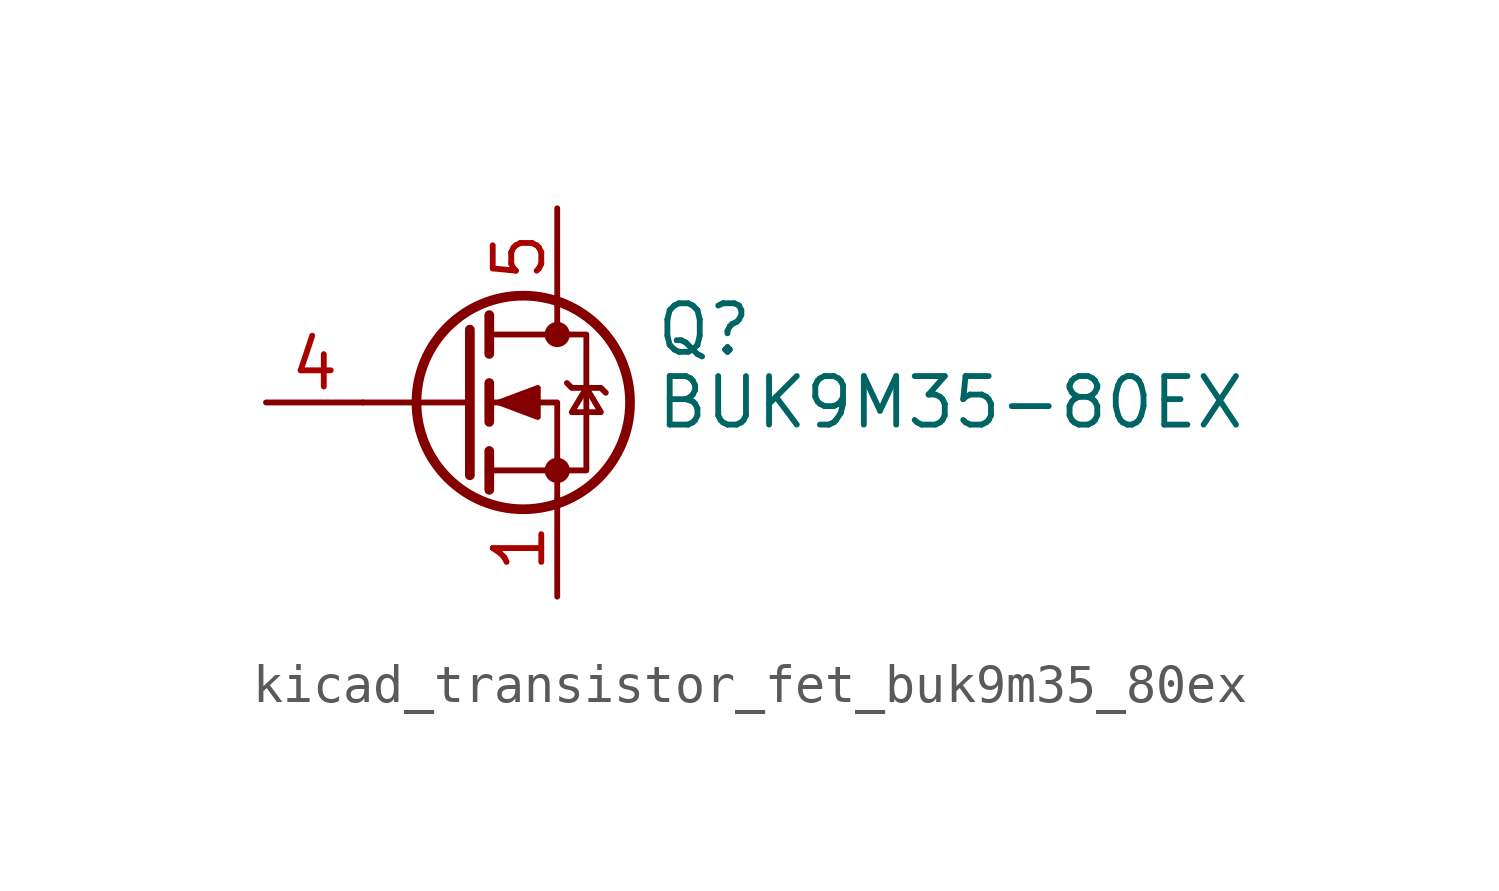
<source format=kicad_sym>
(kicad_symbol_lib
  (version 20220914)
  (generator kicad_symbol_editor)
  (symbol "kicad_transistor_fet_buk9m35_80ex"
    (pin_names hide)
    (property "Reference" "Q"
      (at 5.08 1.905 0)
      (effects (font (size 1.27 1.27)) (justify left)))
    (property "Value" "BUK9M35-80EX"
      (at 5.08 0 0)
      (effects (font (size 1.27 1.27)) (justify left)))
    (symbol "kicad_transistor_fet_buk9m35_80ex_0_1"
      (polyline (pts (xy 0.254 0) (xy -2.54 0)) (stroke (width 0) (type default)) (fill (type none)))
      (polyline (pts (xy 0.254 1.905) (xy 0.254 -1.905)) (stroke (width 0.254) (type default)) (fill (type none)))
      (polyline (pts (xy 0.762 -1.27) (xy 0.762 -2.286)) (stroke (width 0.254) (type default)) (fill (type none)))
      (polyline (pts (xy 0.762 0.508) (xy 0.762 -0.508)) (stroke (width 0.254) (type default)) (fill (type none)))
      (polyline (pts (xy 0.762 2.286) (xy 0.762 1.27)) (stroke (width 0.254) (type default)) (fill (type none)))
      (polyline (pts (xy 2.54 2.54) (xy 2.54 1.778)) (stroke (width 0) (type default)) (fill (type none)))
      (polyline (pts (xy 2.54 -2.54) (xy 2.54 0) (xy 0.762 0)) (stroke (width 0) (type default)) (fill (type none)))
      (polyline (pts (xy 0.762 -1.778) (xy 3.302 -1.778) (xy 3.302 1.778) (xy 0.762 1.778)) (stroke (width 0) (type default)) (fill (type none)))
      (polyline (pts (xy 1.016 0) (xy 2.032 0.381) (xy 2.032 -0.381) (xy 1.016 0)) (stroke (width 0) (type default)) (fill (type outline)))
      (polyline (pts (xy 2.794 0.508) (xy 2.921 0.381) (xy 3.683 0.381) (xy 3.81 0.254)) (stroke (width 0) (type default)) (fill (type none)))
      (polyline (pts (xy 3.302 0.381) (xy 2.921 -0.254) (xy 3.683 -0.254) (xy 3.302 0.381)) (stroke (width 0) (type default)) (fill (type none)))
      (circle (center 1.651 0) (radius 2.794) (stroke (width 0.254) (type default)) (fill (type none)))
      (circle (center 2.54 -1.778) (radius 0.254) (stroke (width 0) (type default)) (fill (type outline)))
      (circle (center 2.54 1.778) (radius 0.254) (stroke (width 0) (type default)) (fill (type outline))))
    (symbol "kicad_transistor_fet_buk9m35_80ex_1_1"
      (pin passive line (at 2.54 -5.08 90) (length 2.54) (name "S" (effects (font (size 1.27 1.27)))) (number "1" (effects (font (size 1.27 1.27)))))
      (pin passive line (at 2.54 -5.08 90) (length 2.54) hide (name "S" (effects (font (size 1.27 1.27)))) (number "2" (effects (font (size 1.27 1.27)))))
      (pin passive line (at 2.54 -5.08 90) (length 2.54) hide (name "S" (effects (font (size 1.27 1.27)))) (number "3" (effects (font (size 1.27 1.27)))))
      (pin passive line (at -5.08 0 0) (length 2.54) (name "G" (effects (font (size 1.27 1.27)))) (number "4" (effects (font (size 1.27 1.27)))))
      (pin passive line (at 2.54 5.08 270) (length 2.54) (name "D" (effects (font (size 1.27 1.27)))) (number "5" (effects (font (size 1.27 1.27))))))))
</source>
